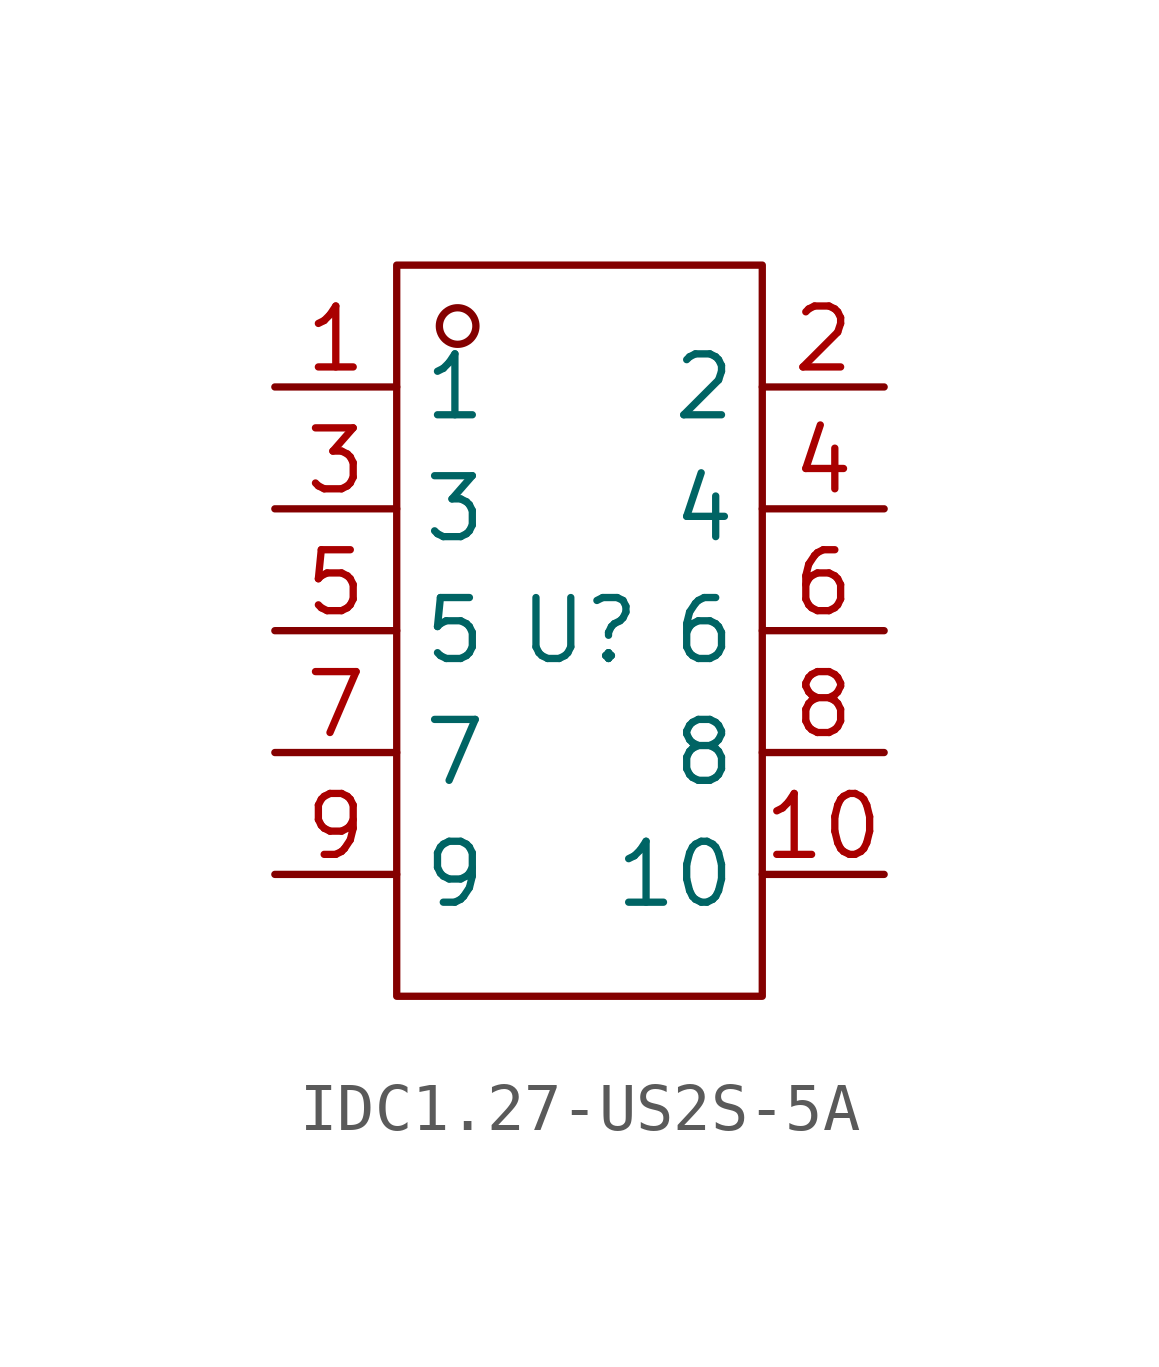
<source format=kicad_sym>
(kicad_symbol_lib
  (version 20231120)
  (generator "kicad_symbol_editor")
  (generator_version "8.0")
  (symbol "IDC1.27-US2S-5A"
    (property "Reference" "U"
      (at 0 0 0)
      (effects (font (size 1.27 1.27))))
    (property "Value" ""
      (at 0 0 0)
      (effects (font (size 1.27 1.27))))
    (symbol "IDC1.27-US2S-5A_1_0"
      (rectangle (start -3.81 -7.62) (end 3.81 7.62) (stroke (width 0) (type default)) (fill (type none)))
      (circle (center -2.54 6.35) (radius 0.381) (stroke (width 0) (type default)) (fill (type none)))
      (pin unspecified line (at -6.35 5.08 0) (length 2.54) (name "1" (effects (font (size 1.27 1.27)))) (number "1" (effects (font (size 1.27 1.27)))))
      (pin unspecified line (at 6.35 -5.08 180) (length 2.54) (name "10" (effects (font (size 1.27 1.27)))) (number "10" (effects (font (size 1.27 1.27)))))
      (pin unspecified line (at 6.35 5.08 180) (length 2.54) (name "2" (effects (font (size 1.27 1.27)))) (number "2" (effects (font (size 1.27 1.27)))))
      (pin unspecified line (at -6.35 2.54 0) (length 2.54) (name "3" (effects (font (size 1.27 1.27)))) (number "3" (effects (font (size 1.27 1.27)))))
      (pin unspecified line (at 6.35 2.54 180) (length 2.54) (name "4" (effects (font (size 1.27 1.27)))) (number "4" (effects (font (size 1.27 1.27)))))
      (pin unspecified line (at -6.35 0 0) (length 2.54) (name "5" (effects (font (size 1.27 1.27)))) (number "5" (effects (font (size 1.27 1.27)))))
      (pin unspecified line (at 6.35 0 180) (length 2.54) (name "6" (effects (font (size 1.27 1.27)))) (number "6" (effects (font (size 1.27 1.27)))))
      (pin unspecified line (at -6.35 -2.54 0) (length 2.54) (name "7" (effects (font (size 1.27 1.27)))) (number "7" (effects (font (size 1.27 1.27)))))
      (pin unspecified line (at 6.35 -2.54 180) (length 2.54) (name "8" (effects (font (size 1.27 1.27)))) (number "8" (effects (font (size 1.27 1.27)))))
      (pin unspecified line (at -6.35 -5.08 0) (length 2.54) (name "9" (effects (font (size 1.27 1.27)))) (number "9" (effects (font (size 1.27 1.27))))))))
</source>
